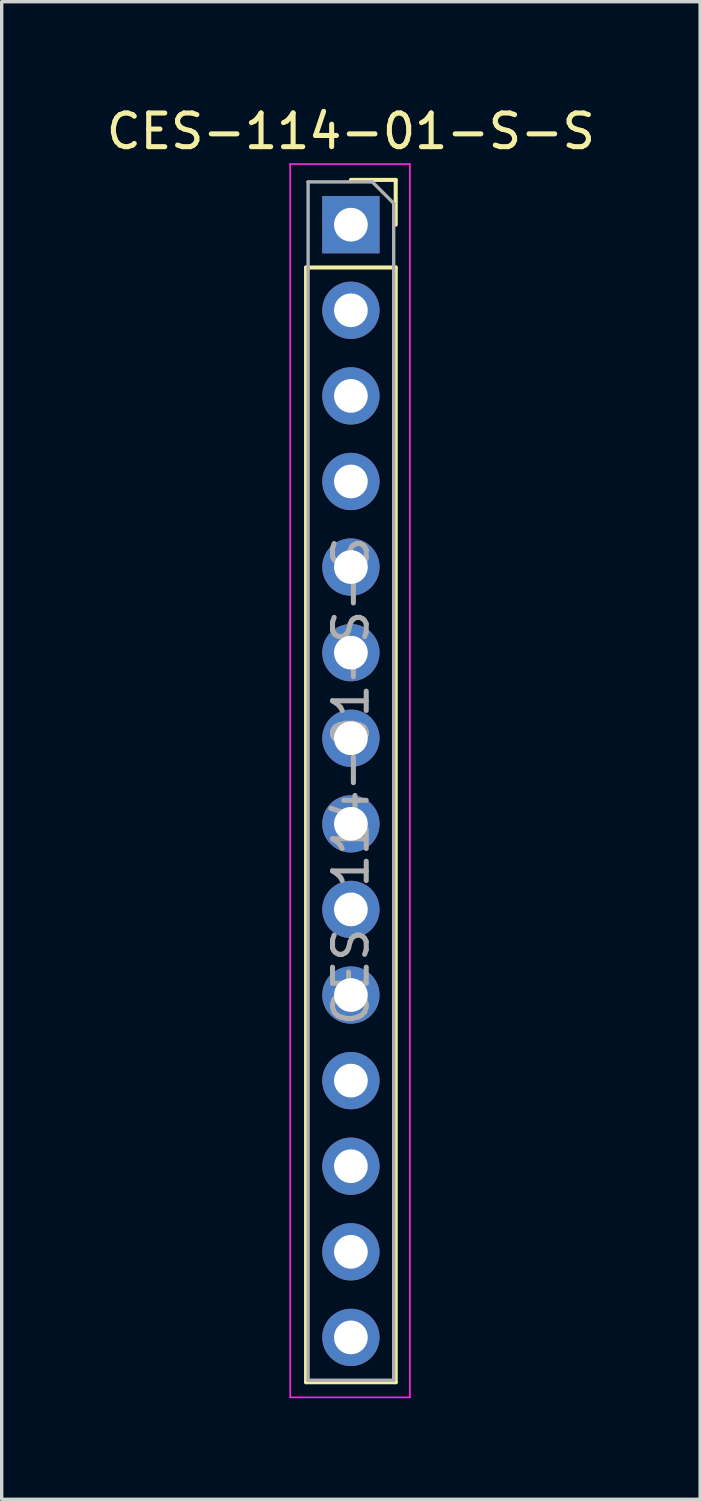
<source format=kicad_pcb>
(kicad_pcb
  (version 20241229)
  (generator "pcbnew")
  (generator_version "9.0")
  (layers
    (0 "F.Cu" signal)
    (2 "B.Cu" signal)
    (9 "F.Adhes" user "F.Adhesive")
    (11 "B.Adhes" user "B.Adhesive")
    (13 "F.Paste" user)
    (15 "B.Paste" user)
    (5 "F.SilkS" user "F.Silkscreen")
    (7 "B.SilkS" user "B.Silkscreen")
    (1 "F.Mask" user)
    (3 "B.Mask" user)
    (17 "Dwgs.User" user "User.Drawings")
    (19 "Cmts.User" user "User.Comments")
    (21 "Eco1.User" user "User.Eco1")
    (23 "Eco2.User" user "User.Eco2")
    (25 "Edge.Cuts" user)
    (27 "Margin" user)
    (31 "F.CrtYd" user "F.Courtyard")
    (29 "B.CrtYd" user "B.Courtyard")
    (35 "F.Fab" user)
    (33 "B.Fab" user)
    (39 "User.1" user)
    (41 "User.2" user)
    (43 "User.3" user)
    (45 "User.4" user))
  (footprint "CES-114-01-S-S"
    (layer "F.Cu")
    (at 7.363 3.618)
    (property "Reference" "CES-114-01-S-S" (at 0 -2.77 0) (layer "F.SilkS") (effects (font (size 1 1) (thickness 0.15))))
    (attr through_hole)
    (fp_line (start -1.33 1.27) (end -1.33 34.35) (stroke (width 0.12) (type solid)) (layer "F.SilkS"))
    (fp_line (start -1.33 1.27) (end 1.33 1.27) (stroke (width 0.12) (type solid)) (layer "F.SilkS"))
    (fp_line (start -1.33 34.35) (end 1.33 34.35) (stroke (width 0.12) (type solid)) (layer "F.SilkS"))
    (fp_line (start 0 -1.33) (end 1.33 -1.33) (stroke (width 0.12) (type solid)) (layer "F.SilkS"))
    (fp_line (start 1.33 -1.33) (end 1.33 0) (stroke (width 0.12) (type solid)) (layer "F.SilkS"))
    (fp_line (start 1.33 1.27) (end 1.33 34.35) (stroke (width 0.12) (type solid)) (layer "F.SilkS"))
    (fp_line (start -1.8 -1.8) (end 1.75 -1.8) (stroke (width 0.05) (type solid)) (layer "F.CrtYd"))
    (fp_line (start -1.8 34.8) (end -1.8 -1.8) (stroke (width 0.05) (type solid)) (layer "F.CrtYd"))
    (fp_line (start 1.75 -1.8) (end 1.75 34.8) (stroke (width 0.05) (type solid)) (layer "F.CrtYd"))
    (fp_line (start 1.75 34.8) (end -1.8 34.8) (stroke (width 0.05) (type solid)) (layer "F.CrtYd"))
    (fp_line (start -1.27 -1.27) (end 0.635 -1.27) (stroke (width 0.1) (type solid)) (layer "F.Fab"))
    (fp_line (start -1.27 34.29) (end -1.27 -1.27) (stroke (width 0.1) (type solid)) (layer "F.Fab"))
    (fp_line (start 0.635 -1.27) (end 1.27 -0.635) (stroke (width 0.1) (type solid)) (layer "F.Fab"))
    (fp_line (start 1.27 -0.635) (end 1.27 34.29) (stroke (width 0.1) (type solid)) (layer "F.Fab"))
    (fp_line (start 1.27 34.29) (end -1.27 34.29) (stroke (width 0.1) (type solid)) (layer "F.Fab"))
    (fp_text user "${REFERENCE}" (at 0 16.51 90) (layer "F.Fab") (effects (font (size 1 1) (thickness 0.15))))
    (pad "1" thru_hole rect (at 0 0) (size 1.7 1.7) (drill 1) (layers "*.Cu" "*.Mask"))
    (pad "2" thru_hole oval (at 0 2.54) (size 1.7 1.7) (drill 1) (layers "*.Cu" "*.Mask"))
    (pad "3" thru_hole oval (at 0 5.08) (size 1.7 1.7) (drill 1) (layers "*.Cu" "*.Mask"))
    (pad "4" thru_hole oval (at 0 7.62) (size 1.7 1.7) (drill 1) (layers "*.Cu" "*.Mask"))
    (pad "5" thru_hole oval (at 0 10.16) (size 1.7 1.7) (drill 1) (layers "*.Cu" "*.Mask"))
    (pad "6" thru_hole oval (at 0 12.7) (size 1.7 1.7) (drill 1) (layers "*.Cu" "*.Mask"))
    (pad "7" thru_hole oval (at 0 15.24) (size 1.7 1.7) (drill 1) (layers "*.Cu" "*.Mask"))
    (pad "8" thru_hole oval (at 0 17.78) (size 1.7 1.7) (drill 1) (layers "*.Cu" "*.Mask"))
    (pad "9" thru_hole oval (at 0 20.32) (size 1.7 1.7) (drill 1) (layers "*.Cu" "*.Mask"))
    (pad "10" thru_hole oval (at 0 22.86) (size 1.7 1.7) (drill 1) (layers "*.Cu" "*.Mask"))
    (pad "11" thru_hole oval (at 0 25.4) (size 1.7 1.7) (drill 1) (layers "*.Cu" "*.Mask"))
    (pad "12" thru_hole oval (at 0 27.94) (size 1.7 1.7) (drill 1) (layers "*.Cu" "*.Mask"))
    (pad "13" thru_hole oval (at 0 30.48) (size 1.7 1.7) (drill 1) (layers "*.Cu" "*.Mask"))
    (pad "14" thru_hole oval (at 0 33.02) (size 1.7 1.7) (drill 1) (layers "*.Cu" "*.Mask")))
  (gr_rect
    (start -3 -3)
    (end 17.726 41.443)
    (stroke (width 0.1) (type default))
    (fill no)
    (layer "Edge.Cuts")))
</source>
